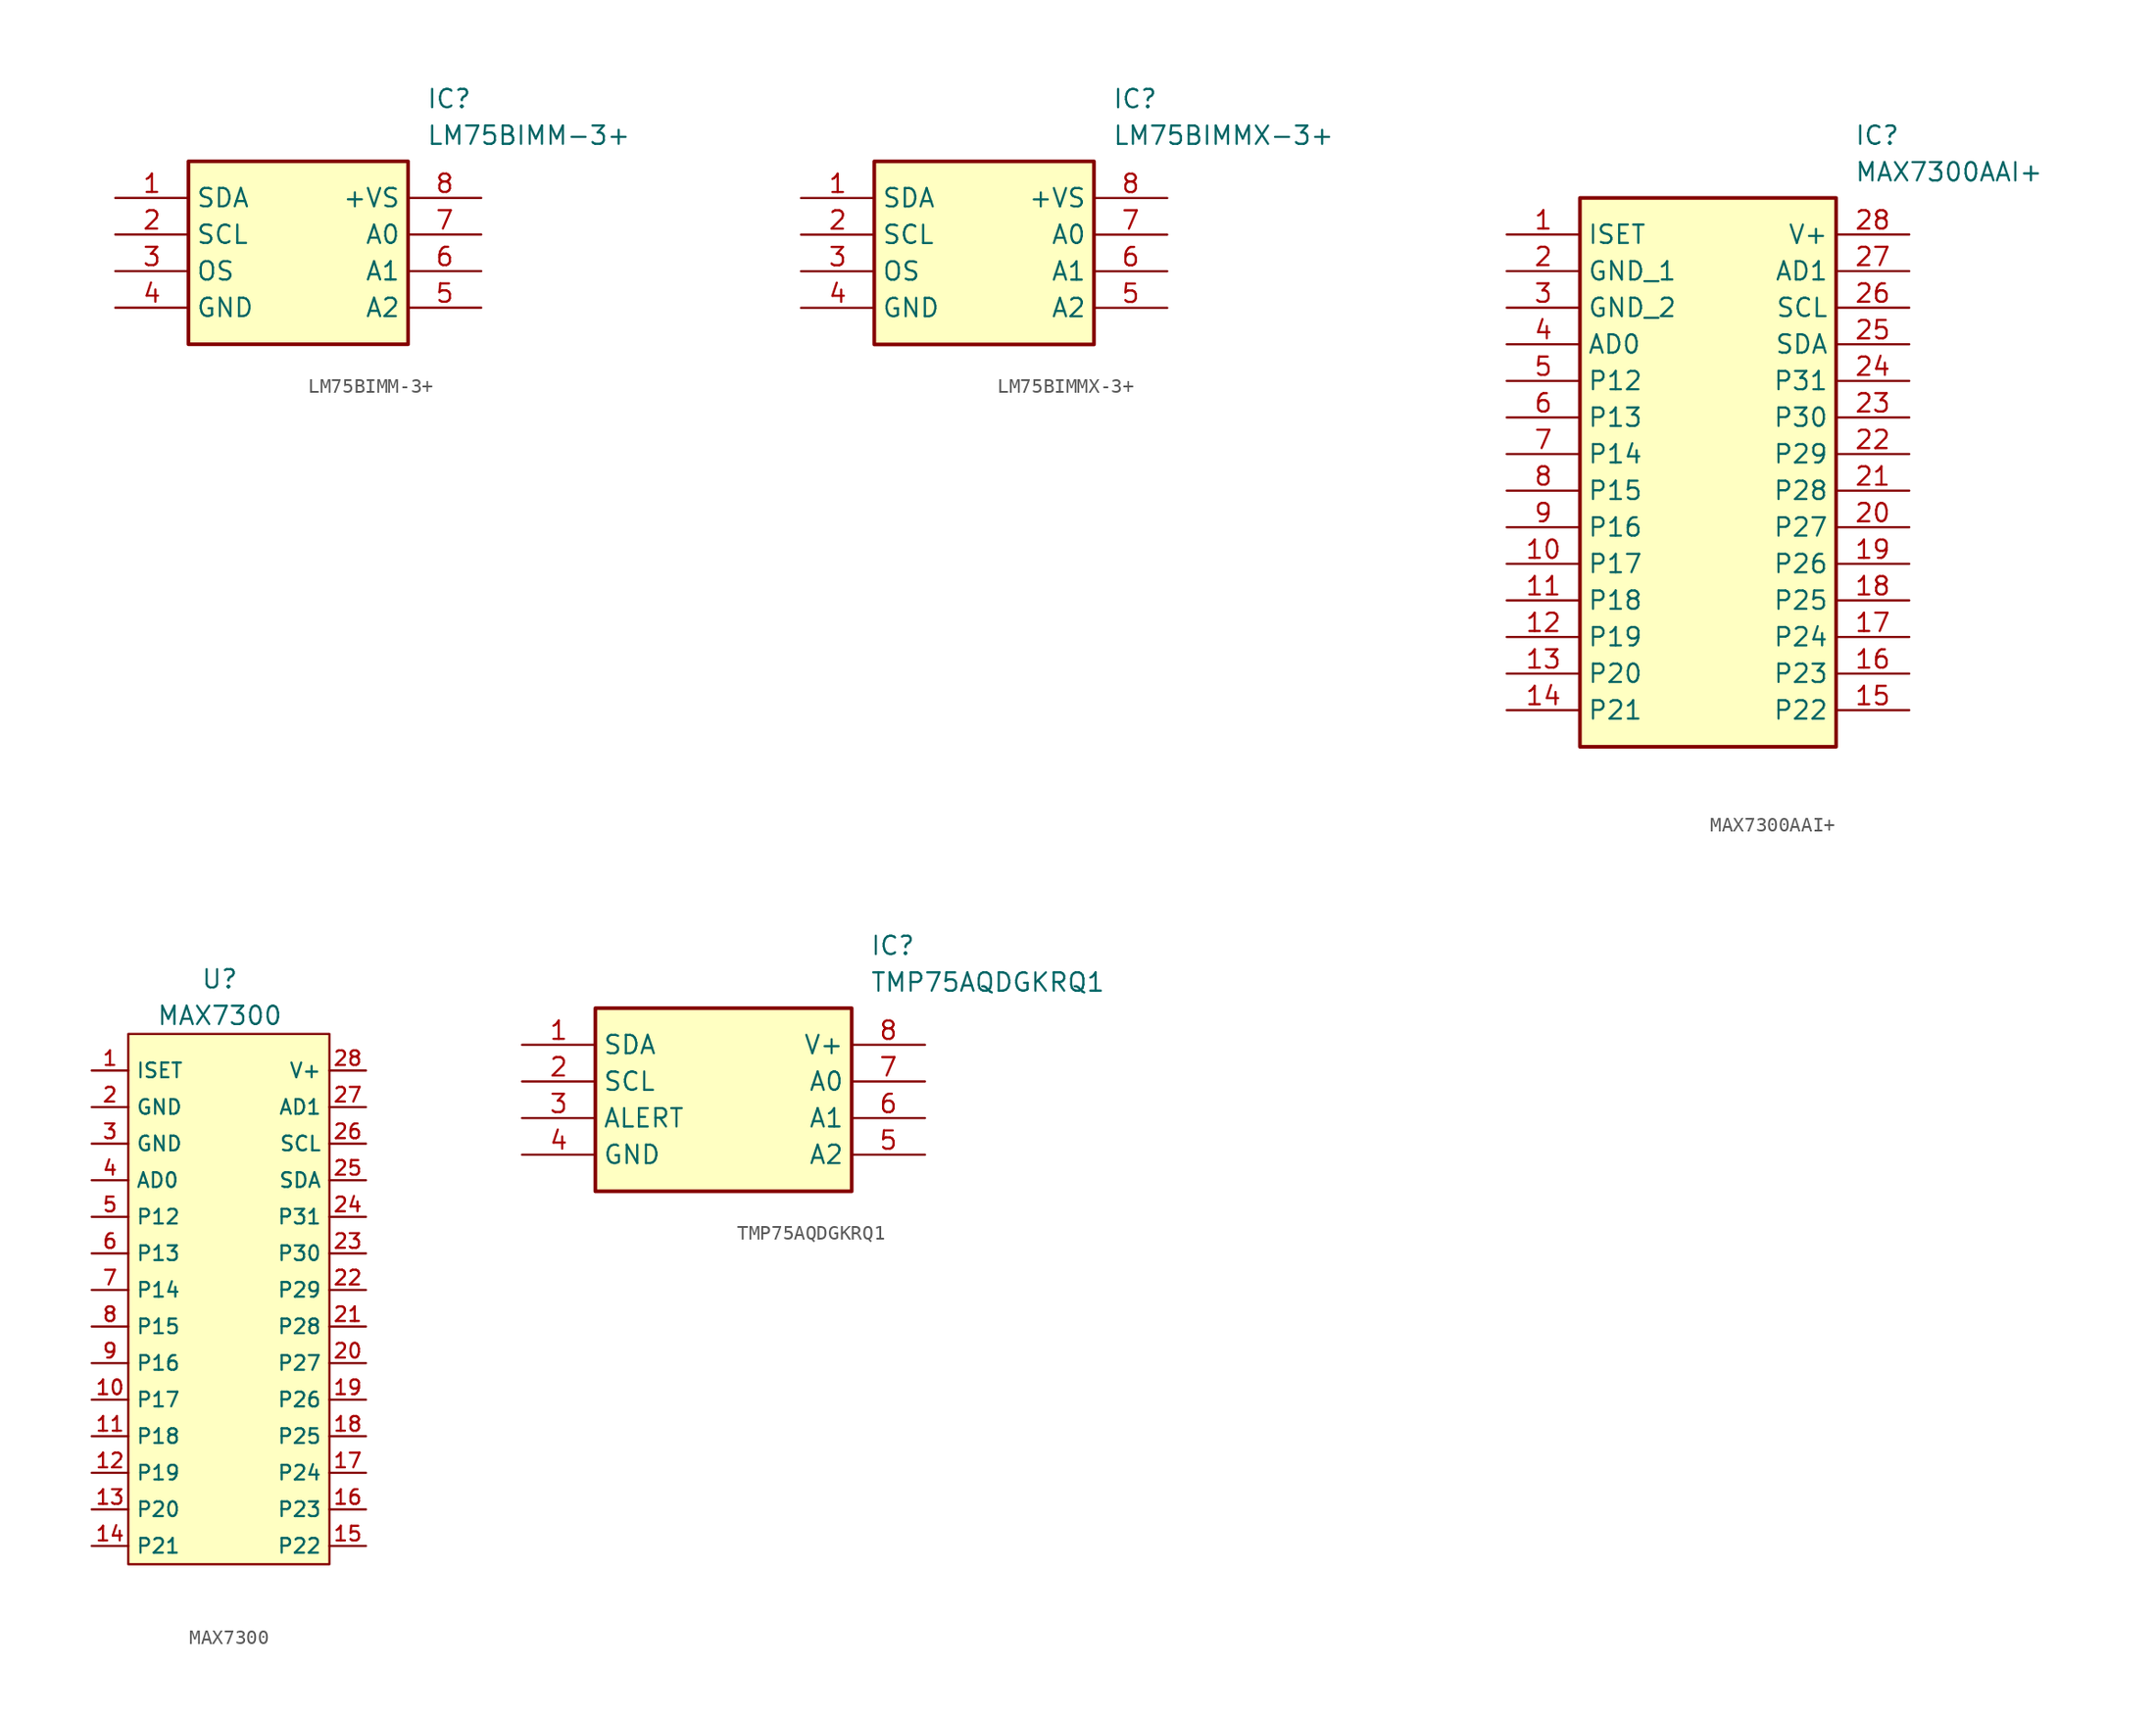
<source format=kicad_sym>
(kicad_symbol_lib
  (version 20220914)
  (generator kicad_symbol_editor)
  (symbol "LM75BIMM-3+"
    (property "Reference" "IC"
      (at 21.59 7.62 0)
      (effects (font (size 1.27 1.27)) (justify left top)))
    (property "Value" "LM75BIMM-3+"
      (at 21.59 5.08 0)
      (effects (font (size 1.27 1.27)) (justify left top)))
    (symbol "LM75BIMM-3+_1_1"
      (rectangle (start 5.08 2.54) (end 20.32 -10.16) (stroke (width 0.254) (type default)) (fill (type background)))
      (pin passive line (at 0 0 0) (length 5.08) (name "SDA" (effects (font (size 1.27 1.27)))) (number "1" (effects (font (size 1.27 1.27)))))
      (pin passive line (at 0 -2.54 0) (length 5.08) (name "SCL" (effects (font (size 1.27 1.27)))) (number "2" (effects (font (size 1.27 1.27)))))
      (pin passive line (at 0 -5.08 0) (length 5.08) (name "OS" (effects (font (size 1.27 1.27)))) (number "3" (effects (font (size 1.27 1.27)))))
      (pin power_in line (at 0 -7.62 0) (length 5.08) (name "GND" (effects (font (size 1.27 1.27)))) (number "4" (effects (font (size 1.27 1.27)))))
      (pin passive line (at 25.4 -7.62 180) (length 5.08) (name "A2" (effects (font (size 1.27 1.27)))) (number "5" (effects (font (size 1.27 1.27)))))
      (pin passive line (at 25.4 -5.08 180) (length 5.08) (name "A1" (effects (font (size 1.27 1.27)))) (number "6" (effects (font (size 1.27 1.27)))))
      (pin passive line (at 25.4 -2.54 180) (length 5.08) (name "A0" (effects (font (size 1.27 1.27)))) (number "7" (effects (font (size 1.27 1.27)))))
      (pin passive line (at 25.4 0 180) (length 5.08) (name "+VS" (effects (font (size 1.27 1.27)))) (number "8" (effects (font (size 1.27 1.27)))))))
  (symbol "LM75BIMMX-3+"
    (property "Reference" "IC"
      (at 21.59 7.62 0)
      (effects (font (size 1.27 1.27)) (justify left top)))
    (property "Value" "LM75BIMMX-3+"
      (at 21.59 5.08 0)
      (effects (font (size 1.27 1.27)) (justify left top)))
    (symbol "LM75BIMMX-3+_1_1"
      (rectangle (start 5.08 2.54) (end 20.32 -10.16) (stroke (width 0.254) (type default)) (fill (type background)))
      (pin passive line (at 0 0 0) (length 5.08) (name "SDA" (effects (font (size 1.27 1.27)))) (number "1" (effects (font (size 1.27 1.27)))))
      (pin passive line (at 0 -2.54 0) (length 5.08) (name "SCL" (effects (font (size 1.27 1.27)))) (number "2" (effects (font (size 1.27 1.27)))))
      (pin passive line (at 0 -5.08 0) (length 5.08) (name "OS" (effects (font (size 1.27 1.27)))) (number "3" (effects (font (size 1.27 1.27)))))
      (pin passive line (at 0 -7.62 0) (length 5.08) (name "GND" (effects (font (size 1.27 1.27)))) (number "4" (effects (font (size 1.27 1.27)))))
      (pin passive line (at 25.4 -7.62 180) (length 5.08) (name "A2" (effects (font (size 1.27 1.27)))) (number "5" (effects (font (size 1.27 1.27)))))
      (pin passive line (at 25.4 -5.08 180) (length 5.08) (name "A1" (effects (font (size 1.27 1.27)))) (number "6" (effects (font (size 1.27 1.27)))))
      (pin passive line (at 25.4 -2.54 180) (length 5.08) (name "A0" (effects (font (size 1.27 1.27)))) (number "7" (effects (font (size 1.27 1.27)))))
      (pin passive line (at 25.4 0 180) (length 5.08) (name "+VS" (effects (font (size 1.27 1.27)))) (number "8" (effects (font (size 1.27 1.27)))))))
  (symbol "MAX7300AAI+"
    (property "Reference" "IC"
      (at 24.13 7.62 0)
      (effects (font (size 1.27 1.27)) (justify left top)))
    (property "Value" "MAX7300AAI+"
      (at 24.13 5.08 0)
      (effects (font (size 1.27 1.27)) (justify left top)))
    (rectangle
      (start 5.08 2.54)
      (end 22.86 -35.56)
      (stroke (width 0.254) (type default))
      (fill (type background)))
    (pin input line
      (at 0 0 0)
      (length 5.08)
      (name "ISET" (effects (font (size 1.27 1.27))))
      (number "1" (effects (font (size 1.27 1.27)))))
    (pin power_in line
      (at 0 -2.54 0)
      (length 5.08)
      (name "GND_1" (effects (font (size 1.27 1.27))))
      (number "2" (effects (font (size 1.27 1.27)))))
    (pin power_in line
      (at 0 -5.08 0)
      (length 5.08)
      (name "GND_2" (effects (font (size 1.27 1.27))))
      (number "3" (effects (font (size 1.27 1.27)))))
    (pin input line
      (at 0 -7.62 0)
      (length 5.08)
      (name "AD0" (effects (font (size 1.27 1.27))))
      (number "4" (effects (font (size 1.27 1.27)))))
    (pin bidirectional line
      (at 0 -10.16 0)
      (length 5.08)
      (name "P12" (effects (font (size 1.27 1.27))))
      (number "5" (effects (font (size 1.27 1.27)))))
    (pin bidirectional line
      (at 0 -12.7 0)
      (length 5.08)
      (name "P13" (effects (font (size 1.27 1.27))))
      (number "6" (effects (font (size 1.27 1.27)))))
    (pin bidirectional line
      (at 0 -15.24 0)
      (length 5.08)
      (name "P14" (effects (font (size 1.27 1.27))))
      (number "7" (effects (font (size 1.27 1.27)))))
    (pin bidirectional line
      (at 0 -17.78 0)
      (length 5.08)
      (name "P15" (effects (font (size 1.27 1.27))))
      (number "8" (effects (font (size 1.27 1.27)))))
    (pin bidirectional line
      (at 0 -20.32 0)
      (length 5.08)
      (name "P16" (effects (font (size 1.27 1.27))))
      (number "9" (effects (font (size 1.27 1.27)))))
    (pin bidirectional line
      (at 0 -22.86 0)
      (length 5.08)
      (name "P17" (effects (font (size 1.27 1.27))))
      (number "10" (effects (font (size 1.27 1.27)))))
    (pin bidirectional line
      (at 0 -25.4 0)
      (length 5.08)
      (name "P18" (effects (font (size 1.27 1.27))))
      (number "11" (effects (font (size 1.27 1.27)))))
    (pin bidirectional line
      (at 0 -27.94 0)
      (length 5.08)
      (name "P19" (effects (font (size 1.27 1.27))))
      (number "12" (effects (font (size 1.27 1.27)))))
    (pin bidirectional line
      (at 0 -30.48 0)
      (length 5.08)
      (name "P20" (effects (font (size 1.27 1.27))))
      (number "13" (effects (font (size 1.27 1.27)))))
    (pin bidirectional line
      (at 0 -33.02 0)
      (length 5.08)
      (name "P21" (effects (font (size 1.27 1.27))))
      (number "14" (effects (font (size 1.27 1.27)))))
    (pin power_in line
      (at 27.94 0 180)
      (length 5.08)
      (name "V+" (effects (font (size 1.27 1.27))))
      (number "28" (effects (font (size 1.27 1.27)))))
    (pin input line
      (at 27.94 -2.54 180)
      (length 5.08)
      (name "AD1" (effects (font (size 1.27 1.27))))
      (number "27" (effects (font (size 1.27 1.27)))))
    (pin bidirectional line
      (at 27.94 -5.08 180)
      (length 5.08)
      (name "SCL" (effects (font (size 1.27 1.27))))
      (number "26" (effects (font (size 1.27 1.27)))))
    (pin bidirectional line
      (at 27.94 -7.62 180)
      (length 5.08)
      (name "SDA" (effects (font (size 1.27 1.27))))
      (number "25" (effects (font (size 1.27 1.27)))))
    (pin bidirectional line
      (at 27.94 -10.16 180)
      (length 5.08)
      (name "P31" (effects (font (size 1.27 1.27))))
      (number "24" (effects (font (size 1.27 1.27)))))
    (pin bidirectional line
      (at 27.94 -12.7 180)
      (length 5.08)
      (name "P30" (effects (font (size 1.27 1.27))))
      (number "23" (effects (font (size 1.27 1.27)))))
    (pin bidirectional line
      (at 27.94 -15.24 180)
      (length 5.08)
      (name "P29" (effects (font (size 1.27 1.27))))
      (number "22" (effects (font (size 1.27 1.27)))))
    (pin bidirectional line
      (at 27.94 -17.78 180)
      (length 5.08)
      (name "P28" (effects (font (size 1.27 1.27))))
      (number "21" (effects (font (size 1.27 1.27)))))
    (pin bidirectional line
      (at 27.94 -20.32 180)
      (length 5.08)
      (name "P27" (effects (font (size 1.27 1.27))))
      (number "20" (effects (font (size 1.27 1.27)))))
    (pin bidirectional line
      (at 27.94 -22.86 180)
      (length 5.08)
      (name "P26" (effects (font (size 1.27 1.27))))
      (number "19" (effects (font (size 1.27 1.27)))))
    (pin bidirectional line
      (at 27.94 -25.4 180)
      (length 5.08)
      (name "P25" (effects (font (size 1.27 1.27))))
      (number "18" (effects (font (size 1.27 1.27)))))
    (pin bidirectional line
      (at 27.94 -27.94 180)
      (length 5.08)
      (name "P24" (effects (font (size 1.27 1.27))))
      (number "17" (effects (font (size 1.27 1.27)))))
    (pin bidirectional line
      (at 27.94 -30.48 180)
      (length 5.08)
      (name "P23" (effects (font (size 1.27 1.27))))
      (number "16" (effects (font (size 1.27 1.27)))))
    (pin bidirectional line
      (at 27.94 -33.02 180)
      (length 5.08)
      (name "P22" (effects (font (size 1.27 1.27))))
      (number "15" (effects (font (size 1.27 1.27))))))
  (symbol "MAX7300"
    (property "Reference" "U"
      (at 3.81 2.54 0)
      (effects (font (size 1.27 1.27))))
    (property "Value" "MAX7300"
      (at 3.81 0 0)
      (effects (font (size 1.27 1.27))))
    (symbol "MAX7300_1_1"
      (rectangle (start -2.54 -1.27) (end 11.43 -38.1) (stroke (width 0) (type default)) (fill (type background)))
      (pin passive line (at -5.08 -3.81 0) (length 2.54) (name "ISET" (effects (font (size 1.016 1.016)))) (number "1" (effects (font (size 1.016 1.016)))))
      (pin bidirectional line (at -5.08 -26.67 0) (length 2.54) (name "P17" (effects (font (size 1.016 1.016)))) (number "10" (effects (font (size 1.016 1.016)))))
      (pin bidirectional line (at -5.08 -29.21 0) (length 2.54) (name "P18" (effects (font (size 1.016 1.016)))) (number "11" (effects (font (size 1.016 1.016)))))
      (pin bidirectional line (at -5.08 -31.75 0) (length 2.54) (name "P19" (effects (font (size 1.016 1.016)))) (number "12" (effects (font (size 1.016 1.016)))))
      (pin bidirectional line (at -5.08 -34.29 0) (length 2.54) (name "P20" (effects (font (size 1.016 1.016)))) (number "13" (effects (font (size 1.016 1.016)))))
      (pin bidirectional line (at -5.08 -36.83 0) (length 2.54) (name "P21" (effects (font (size 1.016 1.016)))) (number "14" (effects (font (size 1.016 1.016)))))
      (pin bidirectional line (at 13.97 -36.83 180) (length 2.54) (name "P22" (effects (font (size 1.016 1.016)))) (number "15" (effects (font (size 1.016 1.016)))))
      (pin bidirectional line (at 13.97 -34.29 180) (length 2.54) (name "P23" (effects (font (size 1.016 1.016)))) (number "16" (effects (font (size 1.016 1.016)))))
      (pin bidirectional line (at 13.97 -31.75 180) (length 2.54) (name "P24" (effects (font (size 1.016 1.016)))) (number "17" (effects (font (size 1.016 1.016)))))
      (pin bidirectional line (at 13.97 -29.21 180) (length 2.54) (name "P25" (effects (font (size 1.016 1.016)))) (number "18" (effects (font (size 1.016 1.016)))))
      (pin bidirectional line (at 13.97 -26.67 180) (length 2.54) (name "P26" (effects (font (size 1.016 1.016)))) (number "19" (effects (font (size 1.016 1.016)))))
      (pin input line (at -5.08 -6.35 0) (length 2.54) (name "GND" (effects (font (size 1.016 1.016)))) (number "2" (effects (font (size 1.016 1.016)))))
      (pin bidirectional line (at 13.97 -24.13 180) (length 2.54) (name "P27" (effects (font (size 1.016 1.016)))) (number "20" (effects (font (size 1.016 1.016)))))
      (pin bidirectional line (at 13.97 -21.59 180) (length 2.54) (name "P28" (effects (font (size 1.016 1.016)))) (number "21" (effects (font (size 1.016 1.016)))))
      (pin bidirectional line (at 13.97 -19.05 180) (length 2.54) (name "P29" (effects (font (size 1.016 1.016)))) (number "22" (effects (font (size 1.016 1.016)))))
      (pin bidirectional line (at 13.97 -16.51 180) (length 2.54) (name "P30" (effects (font (size 1.016 1.016)))) (number "23" (effects (font (size 1.016 1.016)))))
      (pin bidirectional line (at 13.97 -13.97 180) (length 2.54) (name "P31" (effects (font (size 1.016 1.016)))) (number "24" (effects (font (size 1.016 1.016)))))
      (pin bidirectional line (at 13.97 -11.43 180) (length 2.54) (name "SDA" (effects (font (size 1.016 1.016)))) (number "25" (effects (font (size 1.016 1.016)))))
      (pin bidirectional line (at 13.97 -8.89 180) (length 2.54) (name "SCL" (effects (font (size 1.016 1.016)))) (number "26" (effects (font (size 1.016 1.016)))))
      (pin input line (at 13.97 -6.35 180) (length 2.54) (name "AD1" (effects (font (size 1.016 1.016)))) (number "27" (effects (font (size 1.016 1.016)))))
      (pin input line (at 13.97 -3.81 180) (length 2.54) (name "V+" (effects (font (size 1.016 1.016)))) (number "28" (effects (font (size 1.016 1.016)))))
      (pin input line (at -5.08 -8.89 0) (length 2.54) (name "GND" (effects (font (size 1.016 1.016)))) (number "3" (effects (font (size 1.016 1.016)))))
      (pin input line (at -5.08 -11.43 0) (length 2.54) (name "AD0" (effects (font (size 1.016 1.016)))) (number "4" (effects (font (size 1.016 1.016)))))
      (pin bidirectional line (at -5.08 -13.97 0) (length 2.54) (name "P12" (effects (font (size 1.016 1.016)))) (number "5" (effects (font (size 1.016 1.016)))))
      (pin bidirectional line (at -5.08 -16.51 0) (length 2.54) (name "P13" (effects (font (size 1.016 1.016)))) (number "6" (effects (font (size 1.016 1.016)))))
      (pin bidirectional line (at -5.08 -19.05 0) (length 2.54) (name "P14" (effects (font (size 1.016 1.016)))) (number "7" (effects (font (size 1.016 1.016)))))
      (pin bidirectional line (at -5.08 -21.59 0) (length 2.54) (name "P15" (effects (font (size 1.016 1.016)))) (number "8" (effects (font (size 1.016 1.016)))))
      (pin bidirectional line (at -5.08 -24.13 0) (length 2.54) (name "P16" (effects (font (size 1.016 1.016)))) (number "9" (effects (font (size 1.016 1.016)))))))
  (symbol "TMP75AQDGKRQ1"
    (property "Reference" "IC"
      (at 24.13 7.62 0)
      (effects (font (size 1.27 1.27)) (justify left top)))
    (property "Value" "TMP75AQDGKRQ1"
      (at 24.13 5.08 0)
      (effects (font (size 1.27 1.27)) (justify left top)))
    (symbol "TMP75AQDGKRQ1_1_1"
      (rectangle (start 5.08 2.54) (end 22.86 -10.16) (stroke (width 0.254) (type default)) (fill (type background)))
      (pin passive line (at 0 0 0) (length 5.08) (name "SDA" (effects (font (size 1.27 1.27)))) (number "1" (effects (font (size 1.27 1.27)))))
      (pin passive line (at 0 -2.54 0) (length 5.08) (name "SCL" (effects (font (size 1.27 1.27)))) (number "2" (effects (font (size 1.27 1.27)))))
      (pin passive line (at 0 -5.08 0) (length 5.08) (name "ALERT" (effects (font (size 1.27 1.27)))) (number "3" (effects (font (size 1.27 1.27)))))
      (pin passive line (at 0 -7.62 0) (length 5.08) (name "GND" (effects (font (size 1.27 1.27)))) (number "4" (effects (font (size 1.27 1.27)))))
      (pin passive line (at 27.94 -7.62 180) (length 5.08) (name "A2" (effects (font (size 1.27 1.27)))) (number "5" (effects (font (size 1.27 1.27)))))
      (pin passive line (at 27.94 -5.08 180) (length 5.08) (name "A1" (effects (font (size 1.27 1.27)))) (number "6" (effects (font (size 1.27 1.27)))))
      (pin passive line (at 27.94 -2.54 180) (length 5.08) (name "A0" (effects (font (size 1.27 1.27)))) (number "7" (effects (font (size 1.27 1.27)))))
      (pin passive line (at 27.94 0 180) (length 5.08) (name "V+" (effects (font (size 1.27 1.27)))) (number "8" (effects (font (size 1.27 1.27))))))))
</source>
